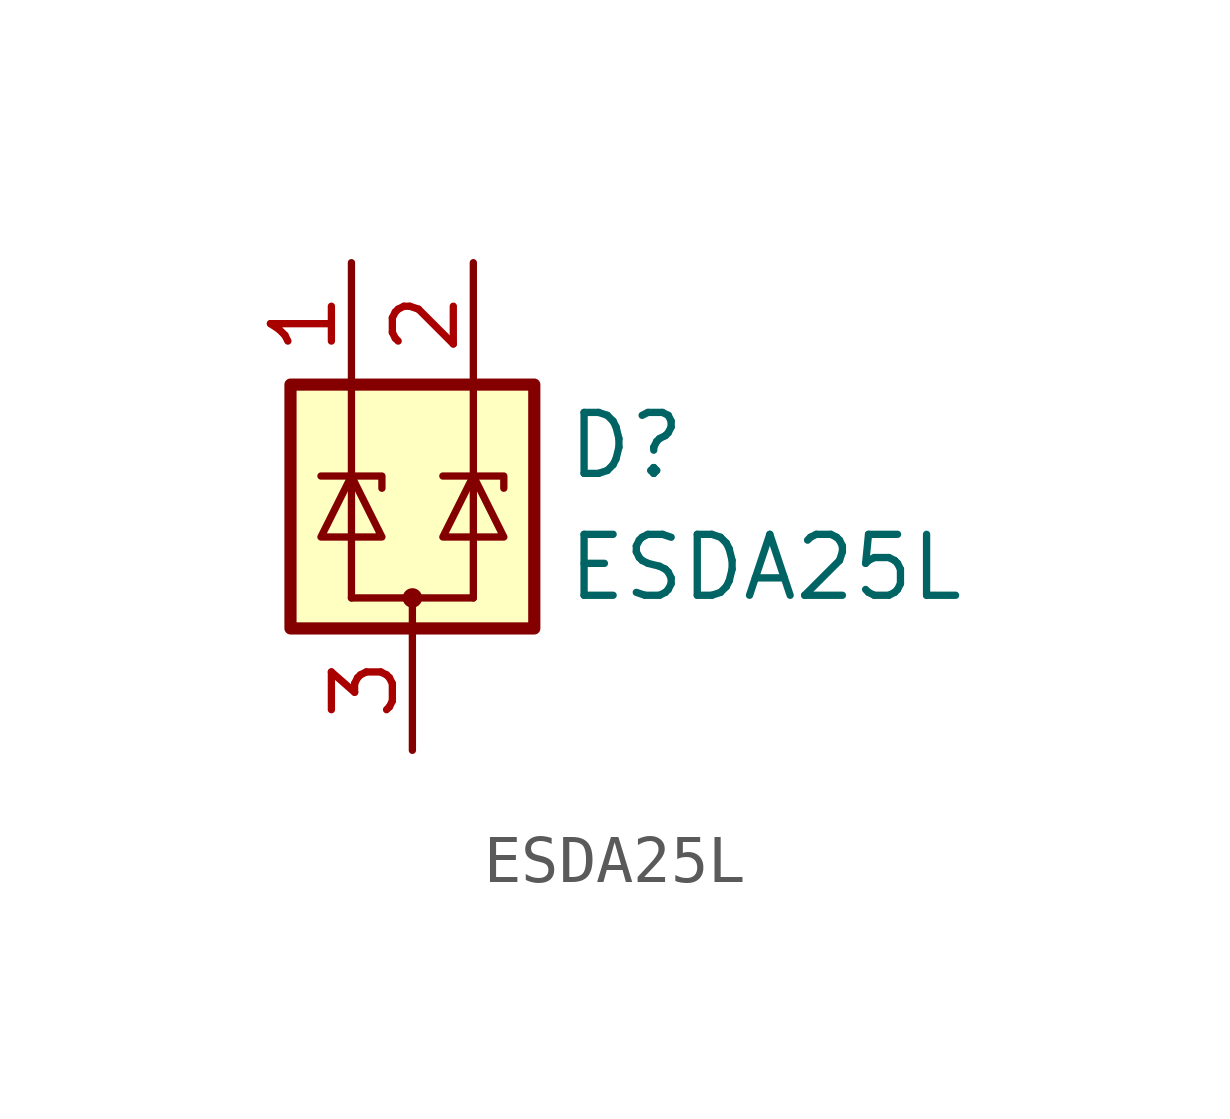
<source format=kicad_sym>
(kicad_symbol_lib
  (version 20211014)
  (generator kicad_symbol_editor)
  (symbol "ESDA25L"
    (pin_names hide)
    (property "Reference" "D"
      (at 3.175 1.27 0)
      (effects (font (size 1.27 1.27)) (justify left)))
    (property "Value" "ESDA25L"
      (at 3.175 -1.27 0)
      (effects (font (size 1.27 1.27)) (justify left)))
    (symbol "ESDA25L_0_0"
      (pin passive line (at 0 -5.08 90) (length 2.54) (name "GND" (effects (font (size 1.27 1.27)))) (number "3" (effects (font (size 1.27 1.27))))))
    (symbol "ESDA25L_0_1"
      (rectangle (start -2.54 2.54) (end 2.54 -2.54) (stroke (width 0.254) (type default) (color 0 0 0 0)) (fill (type background)))
      (circle (center 0 -1.905) (radius 0.127) (stroke (width 0) (type default) (color 0 0 0 0)) (fill (type none)))
      (polyline (pts (xy -1.27 -1.905) (xy 1.27 -1.905)) (stroke (width 0) (type default) (color 0 0 0 0)) (fill (type none)))
      (polyline (pts (xy -1.27 2.54) (xy -1.27 -1.905)) (stroke (width 0) (type default) (color 0 0 0 0)) (fill (type none)))
      (polyline (pts (xy 0 -2.54) (xy 0 -1.905)) (stroke (width 0) (type default) (color 0 0 0 0)) (fill (type none)))
      (polyline (pts (xy 1.27 2.54) (xy 1.27 -1.905)) (stroke (width 0) (type default) (color 0 0 0 0)) (fill (type none)))
      (polyline (pts (xy -1.905 0.635) (xy -0.635 0.635) (xy -0.635 0.381)) (stroke (width 0) (type default) (color 0 0 0 0)) (fill (type none)))
      (polyline (pts (xy 0.635 0.635) (xy 1.905 0.635) (xy 1.905 0.381)) (stroke (width 0) (type default) (color 0 0 0 0)) (fill (type none)))
      (polyline (pts (xy -1.905 -0.635) (xy -0.635 -0.635) (xy -1.27 0.635) (xy -1.905 -0.635)) (stroke (width 0) (type default) (color 0 0 0 0)) (fill (type none)))
      (polyline (pts (xy 0.635 -0.635) (xy 1.905 -0.635) (xy 1.27 0.635) (xy 0.635 -0.635)) (stroke (width 0) (type default) (color 0 0 0 0)) (fill (type none))))
    (symbol "ESDA25L_1_1"
      (pin passive line (at -1.27 5.08 270) (length 2.54) (name "IO1" (effects (font (size 1.27 1.27)))) (number "1" (effects (font (size 1.27 1.27)))))
      (pin passive line (at 1.27 5.08 270) (length 2.54) (name "IO2" (effects (font (size 1.27 1.27)))) (number "2" (effects (font (size 1.27 1.27))))))))
</source>
